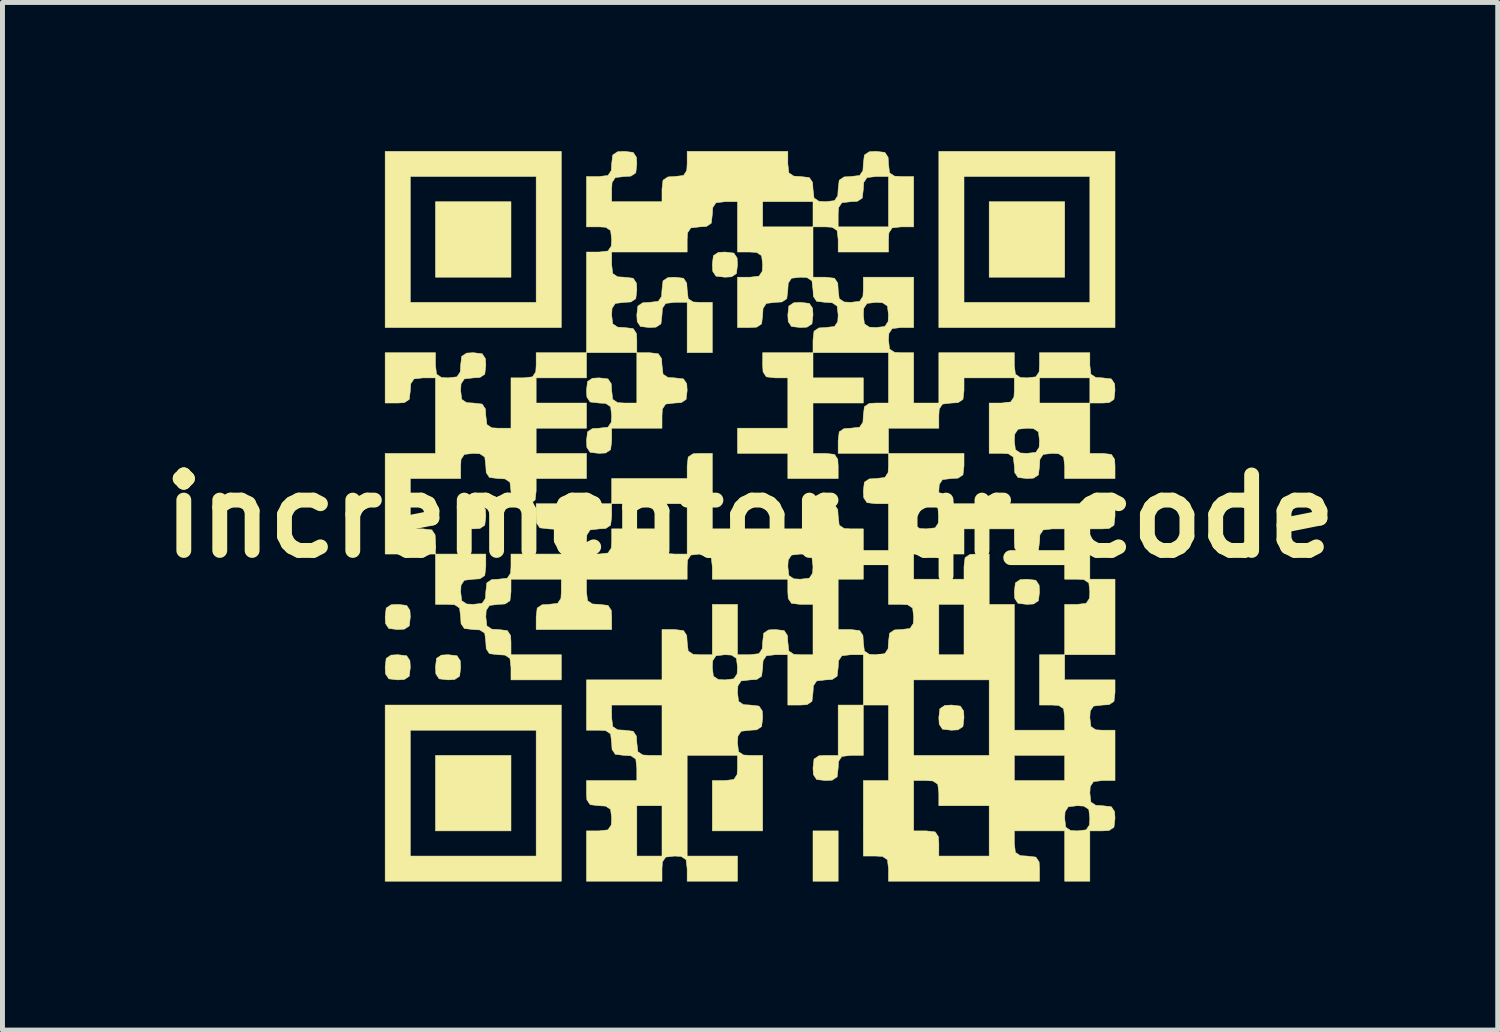
<source format=kicad_pcb>
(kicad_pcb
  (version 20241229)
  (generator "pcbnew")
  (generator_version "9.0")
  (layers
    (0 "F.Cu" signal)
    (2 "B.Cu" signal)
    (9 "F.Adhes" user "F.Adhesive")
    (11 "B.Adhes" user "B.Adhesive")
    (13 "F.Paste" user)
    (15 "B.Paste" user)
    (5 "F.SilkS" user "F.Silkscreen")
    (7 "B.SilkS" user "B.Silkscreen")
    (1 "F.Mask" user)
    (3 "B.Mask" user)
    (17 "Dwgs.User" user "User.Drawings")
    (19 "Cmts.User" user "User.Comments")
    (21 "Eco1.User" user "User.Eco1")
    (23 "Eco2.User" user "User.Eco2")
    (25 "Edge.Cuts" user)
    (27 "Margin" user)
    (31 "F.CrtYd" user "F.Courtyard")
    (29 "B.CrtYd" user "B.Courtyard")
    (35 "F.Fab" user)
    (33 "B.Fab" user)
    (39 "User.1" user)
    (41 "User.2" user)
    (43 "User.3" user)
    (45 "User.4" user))
  (footprint "incrementor_qr_code"
    (layer "F.Cu")
    (at 12.09 7.371)
    (property "Reference" "incrementor_qr_code" (at 0 0 0) (layer "F.SilkS") (effects (font (size 1.524 1.524) (thickness 0.3))))
    (attr through_hole)
    (fp_poly (pts (xy -4.826 -4.826) (xy -6.35 -4.826) (xy -6.35 -6.35) (xy -4.826 -6.35) (xy -4.826 -4.826)) (stroke (width 0.01) (type solid)) (fill yes) (layer "F.SilkS"))
    (fp_poly (pts (xy -4.826 6.35) (xy -6.35 6.35) (xy -6.35 4.826) (xy -4.826 4.826) (xy -4.826 6.35)) (stroke (width 0.01) (type solid)) (fill yes) (layer "F.SilkS"))
    (fp_poly (pts (xy 1.778 7.366) (xy 1.27 7.366) (xy 1.27 6.35) (xy 1.778 6.35) (xy 1.778 7.366)) (stroke (width 0.01) (type solid)) (fill yes) (layer "F.SilkS"))
    (fp_poly (pts (xy 6.35 -4.826) (xy 4.826 -4.826) (xy 4.826 -6.35) (xy 6.35 -6.35) (xy 6.35 -4.826)) (stroke (width 0.01) (type solid)) (fill yes) (layer "F.SilkS"))
    (fp_poly (pts (xy -3.81 -3.81) (xy -7.366 -3.81) (xy -7.366 -6.858) (xy -6.858 -6.858) (xy -6.858 -4.318) (xy -4.318 -4.318) (xy -4.318 -6.858) (xy -6.858 -6.858) (xy -7.366 -6.858) (xy -7.366 -7.366) (xy -3.81 -7.366) (xy -3.81 -3.81)) (stroke (width 0.01) (type solid)) (fill yes) (layer "F.SilkS"))
    (fp_poly (pts (xy -3.81 7.366) (xy -7.366 7.366) (xy -7.366 4.318) (xy -6.858 4.318) (xy -6.858 6.858) (xy -4.318 6.858) (xy -4.318 4.318) (xy -6.858 4.318) (xy -7.366 4.318) (xy -7.366 3.81) (xy -3.81 3.81) (xy -3.81 7.366)) (stroke (width 0.01) (type solid)) (fill yes) (layer "F.SilkS"))
    (fp_poly (pts (xy 7.366 -3.81) (xy 3.81 -3.81) (xy 3.81 -6.858) (xy 4.318 -6.858) (xy 4.318 -4.318) (xy 6.858 -4.318) (xy 6.858 -6.858) (xy 4.318 -6.858) (xy 3.81 -6.858) (xy 3.81 -7.366) (xy 7.366 -7.366) (xy 7.366 -3.81)) (stroke (width 0.01) (type solid)) (fill yes) (layer "F.SilkS"))
    (fp_poly (pts (xy -6.932 1.799) (xy -6.866 1.898) (xy -6.858 2.032) (xy -6.879 2.212) (xy -6.978 2.278) (xy -7.112 2.286) (xy -7.292 2.265) (xy -7.358 2.166) (xy -7.366 2.032) (xy -7.345 1.852) (xy -7.246 1.786) (xy -7.112 1.778) (xy -6.932 1.799)) (stroke (width 0.01) (type solid)) (fill yes) (layer "F.SilkS"))
    (fp_poly (pts (xy -6.932 2.815) (xy -6.866 2.914) (xy -6.858 3.048) (xy -6.879 3.228) (xy -6.978 3.294) (xy -7.112 3.302) (xy -7.292 3.281) (xy -7.358 3.182) (xy -7.366 3.048) (xy -7.345 2.868) (xy -7.246 2.802) (xy -7.112 2.794) (xy -6.932 2.815)) (stroke (width 0.01) (type solid)) (fill yes) (layer "F.SilkS"))
    (fp_poly (pts (xy -5.916 2.815) (xy -5.85 2.914) (xy -5.842 3.048) (xy -5.863 3.228) (xy -5.962 3.294) (xy -6.096 3.302) (xy -6.276 3.281) (xy -6.342 3.182) (xy -6.35 3.048) (xy -6.329 2.868) (xy -6.23 2.802) (xy -6.096 2.794) (xy -5.916 2.815)) (stroke (width 0.01) (type solid)) (fill yes) (layer "F.SilkS"))
    (fp_poly (pts (xy -5.408 -0.233) (xy -5.342 -0.134) (xy -5.334 0) (xy -5.355 0.18) (xy -5.454 0.246) (xy -5.588 0.254) (xy -5.768 0.233) (xy -5.834 0.134) (xy -5.842 0) (xy -5.821 -0.18) (xy -5.722 -0.246) (xy -5.588 -0.254) (xy -5.408 -0.233)) (stroke (width 0.01) (type solid)) (fill yes) (layer "F.SilkS"))
    (fp_poly (pts (xy -0.328 -5.313) (xy -0.262 -5.214) (xy -0.254 -5.08) (xy -0.275 -4.9) (xy -0.374 -4.834) (xy -0.508 -4.826) (xy -0.688 -4.847) (xy -0.754 -4.946) (xy -0.762 -5.08) (xy -0.741 -5.26) (xy -0.642 -5.326) (xy -0.508 -5.334) (xy -0.328 -5.313)) (stroke (width 0.01) (type solid)) (fill yes) (layer "F.SilkS"))
    (fp_poly (pts (xy 1.196 -4.297) (xy 1.262 -4.198) (xy 1.27 -4.064) (xy 1.249 -3.884) (xy 1.15 -3.818) (xy 1.016 -3.81) (xy 0.836 -3.831) (xy 0.77 -3.93) (xy 0.762 -4.064) (xy 0.783 -4.244) (xy 0.882 -4.31) (xy 1.016 -4.318) (xy 1.196 -4.297)) (stroke (width 0.01) (type solid)) (fill yes) (layer "F.SilkS"))
    (fp_poly (pts (xy 4.244 3.831) (xy 4.31 3.93) (xy 4.318 4.064) (xy 4.297 4.244) (xy 4.198 4.31) (xy 4.064 4.318) (xy 3.884 4.297) (xy 3.818 4.198) (xy 3.81 4.064) (xy 3.831 3.884) (xy 3.93 3.818) (xy 4.064 3.81) (xy 4.244 3.831)) (stroke (width 0.01) (type solid)) (fill yes) (layer "F.SilkS"))
    (fp_poly (pts (xy 5.768 1.291) (xy 5.834 1.39) (xy 5.842 1.524) (xy 5.821 1.704) (xy 5.722 1.77) (xy 5.588 1.778) (xy 5.408 1.757) (xy 5.342 1.658) (xy 5.334 1.524) (xy 5.355 1.344) (xy 5.454 1.278) (xy 5.588 1.27) (xy 5.768 1.291)) (stroke (width 0.01) (type solid)) (fill yes) (layer "F.SilkS"))
    (fp_poly (pts (xy 2.286 4.826) (xy 2.032 4.826) (xy 1.852 4.847) (xy 1.786 4.946) (xy 1.778 5.08) (xy 1.757 5.26) (xy 1.658 5.326) (xy 1.524 5.334) (xy 1.344 5.313) (xy 1.278 5.214) (xy 1.27 5.08) (xy 1.291 4.9) (xy 1.39 4.834) (xy 1.524 4.826) (xy 1.778 4.826) (xy 1.778 3.81) (xy 2.286 3.81) (xy 2.286 4.826)) (stroke (width 0.01) (type solid)) (fill yes) (layer "F.SilkS"))
    (fp_poly (pts (xy 1.27 -2.794) (xy 2.286 -2.794) (xy 2.286 -2.286) (xy 1.27 -2.286) (xy 1.27 -1.27) (xy 1.524 -1.27) (xy 1.704 -1.249) (xy 1.77 -1.15) (xy 1.778 -1.016) (xy 1.778 -0.762) (xy 0.762 -0.762) (xy 0.762 -1.27) (xy -0.254 -1.27) (xy -0.254 -1.778) (xy 0.762 -1.778) (xy 0.762 -2.794) (xy 0.508 -2.794) (xy 0.328 -2.815) (xy 0.262 -2.914) (xy 0.254 -3.048) (xy 0.254 -3.302) (xy 1.27 -3.302) (xy 1.27 -2.794)) (stroke (width 0.01) (type solid)) (fill yes) (layer "F.SilkS"))
    (fp_poly (pts (xy -1.344 -4.805) (xy -1.278 -4.706) (xy -1.27 -4.572) (xy -1.249 -4.392) (xy -1.15 -4.326) (xy -1.016 -4.318) (xy -0.762 -4.318) (xy -0.762 -3.302) (xy -1.27 -3.302) (xy -1.27 -4.318) (xy -1.524 -4.318) (xy -1.704 -4.297) (xy -1.77 -4.198) (xy -1.778 -4.064) (xy -1.799 -3.884) (xy -1.898 -3.818) (xy -2.032 -3.81) (xy -2.212 -3.831) (xy -2.278 -3.93) (xy -2.286 -4.064) (xy -2.265 -4.244) (xy -2.166 -4.31) (xy -2.032 -4.318) (xy -1.852 -4.339) (xy -1.786 -4.438) (xy -1.778 -4.572) (xy -1.757 -4.752) (xy -1.658 -4.818) (xy -1.524 -4.826) (xy -1.344 -4.805)) (stroke (width 0.01) (type solid)) (fill yes) (layer "F.SilkS"))
    (fp_poly (pts (xy -1.852 -3.281) (xy -1.786 -3.182) (xy -1.778 -3.048) (xy -1.757 -2.868) (xy -1.658 -2.802) (xy -1.524 -2.794) (xy -1.344 -2.773) (xy -1.278 -2.674) (xy -1.27 -2.54) (xy -1.291 -2.36) (xy -1.39 -2.294) (xy -1.524 -2.286) (xy -1.704 -2.265) (xy -1.77 -2.166) (xy -1.778 -2.032) (xy -1.778 -1.778) (xy -2.794 -1.778) (xy -2.794 -1.524) (xy -2.815 -1.344) (xy -2.914 -1.278) (xy -3.048 -1.27) (xy -3.228 -1.291) (xy -3.294 -1.39) (xy -3.302 -1.524) (xy -3.281 -1.704) (xy -3.182 -1.77) (xy -3.048 -1.778) (xy -2.868 -1.799) (xy -2.802 -1.898) (xy -2.794 -2.032) (xy -2.815 -2.212) (xy -2.914 -2.278) (xy -3.048 -2.286) (xy -3.228 -2.307) (xy -3.294 -2.406) (xy -3.302 -2.54) (xy -3.281 -2.72) (xy -3.182 -2.786) (xy -3.048 -2.794) (xy -2.868 -2.773) (xy -2.802 -2.674) (xy -2.794 -2.54) (xy -2.773 -2.36) (xy -2.674 -2.294) (xy -2.54 -2.286) (xy -2.286 -2.286) (xy -2.286 -3.302) (xy -2.032 -3.302) (xy -1.852 -3.281)) (stroke (width 0.01) (type solid)) (fill yes) (layer "F.SilkS"))
    (fp_poly (pts (xy 2.286 2.794) (xy 2.032 2.794) (xy 1.852 2.815) (xy 1.786 2.914) (xy 1.778 3.048) (xy 1.757 3.228) (xy 1.658 3.294) (xy 1.524 3.302) (xy 1.344 3.323) (xy 1.278 3.422) (xy 1.27 3.556) (xy 1.249 3.736) (xy 1.15 3.802) (xy 1.016 3.81) (xy 0.762 3.81) (xy 0.762 2.794) (xy 0.508 2.794) (xy 0.328 2.815) (xy 0.262 2.914) (xy 0.254 3.048) (xy 0.233 3.228) (xy 0.134 3.294) (xy 0 3.302) (xy -0.18 3.323) (xy -0.246 3.422) (xy -0.254 3.556) (xy -0.233 3.736) (xy -0.134 3.802) (xy 0 3.81) (xy 0.18 3.831) (xy 0.246 3.93) (xy 0.254 4.064) (xy 0.233 4.244) (xy 0.134 4.31) (xy 0 4.318) (xy -0.18 4.339) (xy -0.246 4.438) (xy -0.254 4.572) (xy -0.233 4.752) (xy -0.134 4.818) (xy 0 4.826) (xy 0.254 4.826) (xy 0.254 6.35) (xy -0.762 6.35) (xy -0.762 5.334) (xy -0.508 5.334) (xy -0.328 5.313) (xy -0.262 5.214) (xy -0.254 5.08) (xy -0.254 4.826) (xy -1.27 4.826) (xy -1.27 6.858) (xy -0.254 6.858) (xy -0.254 7.366) (xy -1.27 7.366) (xy -1.27 7.112) (xy -1.291 6.932) (xy -1.39 6.866) (xy -1.524 6.858) (xy -1.704 6.879) (xy -1.77 6.978) (xy -1.778 7.112) (xy -1.778 7.366) (xy -3.302 7.366) (xy -3.302 6.35) (xy -3.048 6.35) (xy -2.868 6.329) (xy -2.802 6.23) (xy -2.794 6.096) (xy -2.815 5.916) (xy -2.914 5.85) (xy -3.048 5.842) (xy -2.286 5.842) (xy -2.286 6.858) (xy -1.778 6.858) (xy -1.778 5.842) (xy -2.286 5.842) (xy -3.048 5.842) (xy -3.228 5.821) (xy -3.294 5.722) (xy -3.302 5.588) (xy -3.302 5.334) (xy -2.286 5.334) (xy -2.286 5.08) (xy -2.307 4.9) (xy -2.406 4.834) (xy -2.54 4.826) (xy -2.72 4.805) (xy -2.786 4.706) (xy -2.794 4.572) (xy -2.815 4.392) (xy -2.914 4.326) (xy -3.048 4.318) (xy -3.302 4.318) (xy -3.302 3.81) (xy -2.794 3.81) (xy -2.794 4.064) (xy -2.773 4.244) (xy -2.674 4.31) (xy -2.54 4.318) (xy -2.36 4.339) (xy -2.294 4.438) (xy -2.286 4.572) (xy -2.265 4.752) (xy -2.166 4.818) (xy -2.032 4.826) (xy -1.778 4.826) (xy -1.778 3.81) (xy -2.794 3.81) (xy -3.302 3.81) (xy -3.302 3.302) (xy -1.778 3.302) (xy -1.778 3.048) (xy -0.762 3.048) (xy -0.741 3.228) (xy -0.642 3.294) (xy -0.508 3.302) (xy -0.328 3.281) (xy -0.262 3.182) (xy -0.254 3.048) (xy -0.275 2.868) (xy -0.374 2.802) (xy -0.508 2.794) (xy -0.688 2.815) (xy -0.754 2.914) (xy -0.762 3.048) (xy -1.778 3.048) (xy -1.778 2.286) (xy -1.524 2.286) (xy -1.344 2.307) (xy -1.278 2.406) (xy -1.27 2.54) (xy -1.249 2.72) (xy -1.15 2.786) (xy -1.016 2.794) (xy -0.762 2.794) (xy -0.762 1.778) (xy -0.254 1.778) (xy -0.254 2.794) (xy 0 2.794) (xy 0.18 2.773) (xy 0.246 2.674) (xy 0.254 2.54) (xy 0.275 2.36) (xy 0.374 2.294) (xy 0.508 2.286) (xy 0.688 2.307) (xy 0.754 2.406) (xy 0.762 2.54) (xy 0.783 2.72) (xy 0.882 2.786) (xy 1.016 2.794) (xy 1.27 2.794) (xy 1.27 1.778) (xy 1.016 1.778) (xy 0.836 1.757) (xy 0.77 1.658) (xy 0.762 1.524) (xy 0.762 1.27) (xy -0.762 1.27) (xy -0.762 1.016) (xy 0.762 1.016) (xy 0.783 1.196) (xy 0.882 1.262) (xy 1.016 1.27) (xy 1.196 1.249) (xy 1.262 1.15) (xy 1.27 1.016) (xy 1.249 0.836) (xy 1.15 0.77) (xy 1.016 0.762) (xy 0.836 0.783) (xy 0.77 0.882) (xy 0.762 1.016) (xy -0.762 1.016) (xy -0.783 0.836) (xy -0.882 0.77) (xy -1.016 0.762) (xy -1.196 0.783) (xy -1.262 0.882) (xy -1.27 1.016) (xy -1.27 1.27) (xy -3.302 1.27) (xy -3.302 1.524) (xy -3.281 1.704) (xy -3.182 1.77) (xy -3.048 1.778) (xy -2.868 1.799) (xy -2.802 1.898) (xy -2.794 2.032) (xy -2.794 2.286) (xy -4.318 2.286) (xy -4.318 2.032) (xy -4.297 1.852) (xy -4.198 1.786) (xy -4.064 1.778) (xy -3.884 1.757) (xy -3.818 1.658) (xy -3.81 1.524) (xy -3.81 1.27) (xy -4.826 1.27) (xy -4.826 1.524) (xy -4.847 1.704) (xy -4.946 1.77) (xy -5.08 1.778) (xy -5.26 1.799) (xy -5.326 1.898) (xy -5.334 2.032) (xy -5.313 2.212) (xy -5.214 2.278) (xy -5.08 2.286) (xy -4.9 2.307) (xy -4.834 2.406) (xy -4.826 2.54) (xy -4.826 2.794) (xy -3.81 2.794) (xy -3.81 3.302) (xy -4.826 3.302) (xy -4.826 3.048) (xy -4.847 2.868) (xy -4.946 2.802) (xy -5.08 2.794) (xy -5.26 2.773) (xy -5.326 2.674) (xy -5.334 2.54) (xy -5.355 2.36) (xy -5.454 2.294) (xy -5.588 2.286) (xy -5.768 2.265) (xy -5.834 2.166) (xy -5.842 2.032) (xy -5.863 1.852) (xy -5.962 1.786) (xy -6.096 1.778) (xy -6.35 1.778) (xy -6.35 0.762) (xy -7.366 0.762) (xy -7.366 -0.762) (xy -6.858 -0.762) (xy -6.858 0.254) (xy -6.604 0.254) (xy -6.424 0.275) (xy -6.358 0.374) (xy -6.35 0.508) (xy -6.35 0.762) (xy -5.334 0.762) (xy -5.334 1.016) (xy -5.355 1.196) (xy -5.454 1.262) (xy -5.588 1.27) (xy -5.768 1.291) (xy -5.834 1.39) (xy -5.842 1.524) (xy -5.821 1.704) (xy -5.722 1.77) (xy -5.588 1.778) (xy -5.408 1.757) (xy -5.342 1.658) (xy -5.334 1.524) (xy -5.313 1.344) (xy -5.214 1.278) (xy -5.08 1.27) (xy -4.9 1.249) (xy -4.834 1.15) (xy -4.826 1.016) (xy -4.826 0.762) (xy -3.81 0.762) (xy -3.81 0.508) (xy -3.302 0.508) (xy -3.281 0.688) (xy -3.182 0.754) (xy -3.048 0.762) (xy -2.868 0.741) (xy -2.802 0.642) (xy -2.794 0.508) (xy -2.794 0.254) (xy -1.778 0.254) (xy -1.778 0.508) (xy -1.757 0.688) (xy -1.658 0.754) (xy -1.524 0.762) (xy -1.27 0.762) (xy -1.27 -0.254) (xy -2.794 -0.254) (xy -2.794 0) (xy -2.815 0.18) (xy -2.914 0.246) (xy -3.048 0.254) (xy -3.228 0.275) (xy -3.294 0.374) (xy -3.302 0.508) (xy -3.81 0.508) (xy -3.831 0.328) (xy -3.93 0.262) (xy -4.064 0.254) (xy -4.244 0.233) (xy -4.31 0.134) (xy -4.318 0) (xy -4.318 -0.254) (xy -2.794 -0.254) (xy -2.794 -0.762) (xy -1.27 -0.762) (xy -1.27 -1.016) (xy -1.249 -1.196) (xy -1.15 -1.262) (xy -1.016 -1.27) (xy -0.762 -1.27) (xy -0.762 0.254) (xy 1.27 0.254) (xy 1.27 0) (xy 1.291 -0.18) (xy 1.39 -0.246) (xy 1.524 -0.254) (xy 1.704 -0.233) (xy 1.77 -0.134) (xy 1.778 0) (xy 1.799 0.18) (xy 1.898 0.246) (xy 2.032 0.254) (xy 2.286 0.254) (xy 2.286 1.27) (xy 1.778 1.27) (xy 1.778 2.286) (xy 2.032 2.286) (xy 2.212 2.307) (xy 2.278 2.406) (xy 2.286 2.54) (xy 2.307 2.72) (xy 2.406 2.786) (xy 2.54 2.794) (xy 2.72 2.773) (xy 2.786 2.674) (xy 2.794 2.54) (xy 2.815 2.36) (xy 2.914 2.294) (xy 3.048 2.286) (xy 3.228 2.265) (xy 3.294 2.166) (xy 3.302 2.032) (xy 3.281 1.852) (xy 3.182 1.786) (xy 3.048 1.778) (xy 3.81 1.778) (xy 3.81 2.794) (xy 4.318 2.794) (xy 4.318 1.778) (xy 3.81 1.778) (xy 3.048 1.778) (xy 2.794 1.778) (xy 2.794 0.762) (xy 3.302 0.762) (xy 3.302 1.27) (xy 4.318 1.27) (xy 4.318 1.016) (xy 4.339 0.836) (xy 4.438 0.77) (xy 4.572 0.762) (xy 4.826 0.762) (xy 4.826 1.778) (xy 5.334 1.778) (xy 5.334 4.318) (xy 6.35 4.318) (xy 6.35 4.064) (xy 6.329 3.884) (xy 6.23 3.818) (xy 6.096 3.81) (xy 5.842 3.81) (xy 5.842 2.794) (xy 6.35 2.794) (xy 6.35 1.778) (xy 6.604 1.778) (xy 6.784 1.757) (xy 6.85 1.658) (xy 6.858 1.524) (xy 6.837 1.344) (xy 6.738 1.278) (xy 6.604 1.27) (xy 6.35 1.27) (xy 6.35 0.254) (xy 6.096 0.254) (xy 5.916 0.275) (xy 5.85 0.374) (xy 5.842 0.508) (xy 5.821 0.688) (xy 5.722 0.754) (xy 5.588 0.762) (xy 5.408 0.741) (xy 5.342 0.642) (xy 5.334 0.508) (xy 5.334 0.254) (xy 4.318 0.254) (xy 4.318 0.762) (xy 3.302 0.762) (xy 2.794 0.762) (xy 2.794 0) (xy 3.302 0) (xy 3.323 0.18) (xy 3.422 0.246) (xy 3.556 0.254) (xy 3.736 0.233) (xy 3.802 0.134) (xy 3.81 0) (xy 3.789 -0.18) (xy 3.69 -0.246) (xy 3.556 -0.254) (xy 3.376 -0.233) (xy 3.31 -0.134) (xy 3.302 0) (xy 2.794 0) (xy 2.794 -0.254) (xy 2.54 -0.254) (xy 2.36 -0.275) (xy 2.294 -0.374) (xy 2.286 -0.508) (xy 2.307 -0.688) (xy 2.406 -0.754) (xy 2.54 -0.762) (xy 2.72 -0.783) (xy 2.786 -0.882) (xy 2.794 -1.016) (xy 2.794 -1.27) (xy 1.778 -1.27) (xy 1.778 -1.524) (xy 1.799 -1.704) (xy 1.898 -1.77) (xy 2.032 -1.778) (xy 2.212 -1.799) (xy 2.278 -1.898) (xy 2.286 -2.032) (xy 2.307 -2.212) (xy 2.406 -2.278) (xy 2.54 -2.286) (xy 2.794 -2.286) (xy 2.794 -3.302) (xy 1.27 -3.302) (xy 1.27 -3.556) (xy 1.291 -3.736) (xy 1.39 -3.802) (xy 1.524 -3.81) (xy 1.704 -3.831) (xy 1.77 -3.93) (xy 1.778 -4.064) (xy 2.286 -4.064) (xy 2.307 -3.884) (xy 2.406 -3.818) (xy 2.54 -3.81) (xy 2.72 -3.831) (xy 2.786 -3.93) (xy 2.794 -4.064) (xy 2.773 -4.244) (xy 2.674 -4.31) (xy 2.54 -4.318) (xy 2.36 -4.297) (xy 2.294 -4.198) (xy 2.286 -4.064) (xy 1.778 -4.064) (xy 1.757 -4.244) (xy 1.658 -4.31) (xy 1.524 -4.318) (xy 1.344 -4.339) (xy 1.278 -4.438) (xy 1.27 -4.572) (xy 1.249 -4.752) (xy 1.15 -4.818) (xy 1.016 -4.826) (xy 0.836 -4.805) (xy 0.77 -4.706) (xy 0.762 -4.572) (xy 0.741 -4.392) (xy 0.642 -4.326) (xy 0.508 -4.318) (xy 0.328 -4.297) (xy 0.262 -4.198) (xy 0.254 -4.064) (xy 0.233 -3.884) (xy 0.134 -3.818) (xy 0 -3.81) (xy -0.254 -3.81) (xy -0.254 -4.826) (xy 0 -4.826) (xy 0.18 -4.847) (xy 0.246 -4.946) (xy 0.254 -5.08) (xy 0.233 -5.26) (xy 0.134 -5.326) (xy 0 -5.334) (xy -0.254 -5.334) (xy -0.254 -6.35) (xy 0.254 -6.35) (xy 0.254 -5.842) (xy 1.27 -5.842) (xy 1.27 -6.096) (xy 1.778 -6.096) (xy 1.778 -5.842) (xy 2.794 -5.842) (xy 2.794 -6.858) (xy 2.54 -6.858) (xy 2.36 -6.837) (xy 2.294 -6.738) (xy 2.286 -6.604) (xy 2.265 -6.424) (xy 2.166 -6.358) (xy 2.032 -6.35) (xy 1.852 -6.329) (xy 1.786 -6.23) (xy 1.778 -6.096) (xy 1.27 -6.096) (xy 1.27 -6.35) (xy 0.254 -6.35) (xy -0.254 -6.35) (xy -0.508 -6.35) (xy -0.688 -6.329) (xy -0.754 -6.23) (xy -0.762 -6.096) (xy -0.783 -5.916) (xy -0.882 -5.85) (xy -1.016 -5.842) (xy -1.196 -5.821) (xy -1.262 -5.722) (xy -1.27 -5.588) (xy -1.27 -5.334) (xy -2.794 -5.334) (xy -2.794 -5.08) (xy -2.773 -4.9) (xy -2.674 -4.834) (xy -2.54 -4.826) (xy -2.36 -4.805) (xy -2.294 -4.706) (xy -2.286 -4.572) (xy -2.307 -4.392) (xy -2.406 -4.326) (xy -2.54 -4.318) (xy -2.72 -4.297) (xy -2.786 -4.198) (xy -2.794 -4.064) (xy -2.773 -3.884) (xy -2.674 -3.818) (xy -2.54 -3.81) (xy -2.36 -3.789) (xy -2.294 -3.69) (xy -2.286 -3.556) (xy -2.286 -3.302) (xy -3.302 -3.302) (xy -3.302 -2.794) (xy -4.318 -2.794) (xy -4.318 -2.286) (xy -3.302 -2.286) (xy -3.302 -1.778) (xy -4.318 -1.778) (xy -4.318 -1.27) (xy -3.302 -1.27) (xy -3.302 -0.762) (xy -4.318 -0.762) (xy -4.318 -0.508) (xy -4.339 -0.328) (xy -4.438 -0.262) (xy -4.572 -0.254) (xy -4.752 -0.275) (xy -4.818 -0.374) (xy -4.826 -0.508) (xy -4.847 -0.688) (xy -4.946 -0.754) (xy -5.08 -0.762) (xy -5.26 -0.783) (xy -5.326 -0.882) (xy -5.334 -1.016) (xy -5.355 -1.196) (xy -5.454 -1.262) (xy -5.588 -1.27) (xy -5.768 -1.249) (xy -5.834 -1.15) (xy -5.842 -1.016) (xy -5.842 -0.762) (xy -6.858 -0.762) (xy -7.366 -0.762) (xy -7.366 -1.27) (xy -6.35 -1.27) (xy -6.35 -2.794) (xy -6.604 -2.794) (xy -6.784 -2.773) (xy -6.85 -2.674) (xy -6.858 -2.54) (xy -6.879 -2.36) (xy -6.978 -2.294) (xy -7.112 -2.286) (xy -7.366 -2.286) (xy -7.366 -3.302) (xy -6.35 -3.302) (xy -6.35 -3.048) (xy -6.329 -2.868) (xy -6.23 -2.802) (xy -6.096 -2.794) (xy -5.916 -2.815) (xy -5.85 -2.914) (xy -5.842 -3.048) (xy -5.821 -3.228) (xy -5.722 -3.294) (xy -5.588 -3.302) (xy -5.408 -3.281) (xy -5.342 -3.182) (xy -5.334 -3.048) (xy -5.355 -2.868) (xy -5.454 -2.802) (xy -5.588 -2.794) (xy -5.768 -2.773) (xy -5.834 -2.674) (xy -5.842 -2.54) (xy -5.821 -2.36) (xy -5.722 -2.294) (xy -5.588 -2.286) (xy -5.408 -2.265) (xy -5.342 -2.166) (xy -5.334 -2.032) (xy -5.313 -1.852) (xy -5.214 -1.786) (xy -5.08 -1.778) (xy -4.826 -1.778) (xy -4.826 -2.794) (xy -4.572 -2.794) (xy -4.392 -2.815) (xy -4.326 -2.914) (xy -4.318 -3.048) (xy -4.318 -3.302) (xy -3.302 -3.302) (xy -3.302 -5.334) (xy -3.048 -5.334) (xy -2.868 -5.355) (xy -2.802 -5.454) (xy -2.794 -5.588) (xy -2.815 -5.768) (xy -2.914 -5.834) (xy -3.048 -5.842) (xy -3.302 -5.842) (xy -3.302 -6.858) (xy -3.048 -6.858) (xy -2.868 -6.879) (xy -2.802 -6.978) (xy -2.794 -7.112) (xy -2.773 -7.292) (xy -2.674 -7.358) (xy -2.54 -7.366) (xy -2.36 -7.345) (xy -2.294 -7.246) (xy -2.286 -7.112) (xy -2.307 -6.932) (xy -2.406 -6.866) (xy -2.54 -6.858) (xy -2.72 -6.837) (xy -2.786 -6.738) (xy -2.794 -6.604) (xy -2.794 -6.35) (xy -1.778 -6.35) (xy -1.778 -6.604) (xy -1.757 -6.784) (xy -1.658 -6.85) (xy -1.524 -6.858) (xy -1.344 -6.879) (xy -1.278 -6.978) (xy -1.27 -7.112) (xy -1.27 -7.366) (xy 0.762 -7.366) (xy 0.762 -7.112) (xy 0.783 -6.932) (xy 0.882 -6.866) (xy 1.016 -6.858) (xy 1.196 -6.837) (xy 1.262 -6.738) (xy 1.27 -6.604) (xy 1.291 -6.424) (xy 1.39 -6.358) (xy 1.524 -6.35) (xy 1.704 -6.371) (xy 1.77 -6.47) (xy 1.778 -6.604) (xy 1.799 -6.784) (xy 1.898 -6.85) (xy 2.032 -6.858) (xy 2.212 -6.879) (xy 2.278 -6.978) (xy 2.286 -7.112) (xy 2.307 -7.292) (xy 2.406 -7.358) (xy 2.54 -7.366) (xy 2.72 -7.345) (xy 2.786 -7.246) (xy 2.794 -7.112) (xy 2.815 -6.932) (xy 2.914 -6.866) (xy 3.048 -6.858) (xy 3.302 -6.858) (xy 3.302 -5.842) (xy 3.048 -5.842) (xy 2.868 -5.821) (xy 2.802 -5.722) (xy 2.794 -5.588) (xy 2.794 -5.334) (xy 1.778 -5.334) (xy 1.778 -5.588) (xy 1.757 -5.768) (xy 1.658 -5.834) (xy 1.524 -5.842) (xy 1.27 -5.842) (xy 1.27 -4.826) (xy 1.524 -4.826) (xy 1.704 -4.805) (xy 1.77 -4.706) (xy 1.778 -4.572) (xy 1.799 -4.392) (xy 1.898 -4.326) (xy 2.032 -4.318) (xy 2.212 -4.339) (xy 2.278 -4.438) (xy 2.286 -4.572) (xy 2.286 -4.826) (xy 3.302 -4.826) (xy 3.302 -3.81) (xy 3.048 -3.81) (xy 2.868 -3.789) (xy 2.802 -3.69) (xy 2.794 -3.556) (xy 2.815 -3.376) (xy 2.914 -3.31) (xy 3.048 -3.302) (xy 3.302 -3.302) (xy 3.302 -2.286) (xy 3.81 -2.286) (xy 3.81 -3.302) (xy 5.334 -3.302) (xy 5.334 -3.048) (xy 5.355 -2.868) (xy 5.454 -2.802) (xy 5.588 -2.794) (xy 5.842 -2.794) (xy 5.842 -2.286) (xy 6.858 -2.286) (xy 6.858 -2.794) (xy 5.842 -2.794) (xy 5.588 -2.794) (xy 5.768 -2.815) (xy 5.834 -2.914) (xy 5.842 -3.048) (xy 5.842 -3.302) (xy 6.858 -3.302) (xy 6.858 -3.048) (xy 6.879 -2.868) (xy 6.978 -2.802) (xy 7.112 -2.794) (xy 7.292 -2.773) (xy 7.358 -2.674) (xy 7.366 -2.54) (xy 7.345 -2.36) (xy 7.246 -2.294) (xy 7.112 -2.286) (xy 6.858 -2.286) (xy 6.858 -1.27) (xy 7.112 -1.27) (xy 7.292 -1.249) (xy 7.358 -1.15) (xy 7.366 -1.016) (xy 7.366 -0.762) (xy 6.35 -0.762) (xy 6.35 -1.016) (xy 6.329 -1.196) (xy 6.23 -1.262) (xy 6.096 -1.27) (xy 5.916 -1.249) (xy 5.85 -1.15) (xy 5.842 -1.016) (xy 5.821 -0.836) (xy 5.722 -0.77) (xy 5.588 -0.762) (xy 5.408 -0.783) (xy 5.342 -0.882) (xy 5.334 -1.016) (xy 5.313 -1.196) (xy 5.214 -1.262) (xy 5.08 -1.27) (xy 4.826 -1.27) (xy 4.826 -1.524) (xy 5.334 -1.524) (xy 5.355 -1.344) (xy 5.454 -1.278) (xy 5.588 -1.27) (xy 5.768 -1.291) (xy 5.834 -1.39) (xy 5.842 -1.524) (xy 5.821 -1.704) (xy 5.722 -1.77) (xy 5.588 -1.778) (xy 5.408 -1.757) (xy 5.342 -1.658) (xy 5.334 -1.524) (xy 4.826 -1.524) (xy 4.826 -2.286) (xy 5.08 -2.286) (xy 5.26 -2.307) (xy 5.326 -2.406) (xy 5.334 -2.54) (xy 5.334 -2.794) (xy 4.318 -2.794) (xy 4.318 -2.54) (xy 4.297 -2.36) (xy 4.198 -2.294) (xy 4.064 -2.286) (xy 3.884 -2.265) (xy 3.818 -2.166) (xy 3.81 -2.032) (xy 3.81 -1.778) (xy 2.794 -1.778) (xy 2.794 -1.27) (xy 4.318 -1.27) (xy 4.318 -1.016) (xy 4.297 -0.836) (xy 4.198 -0.77) (xy 4.064 -0.762) (xy 3.884 -0.741) (xy 3.818 -0.642) (xy 3.81 -0.508) (xy 3.81 -0.254) (xy 7.366 -0.254) (xy 7.366 0) (xy 7.345 0.18) (xy 7.246 0.246) (xy 7.112 0.254) (xy 6.858 0.254) (xy 6.858 1.27) (xy 7.366 1.27) (xy 7.366 2.794) (xy 6.35 2.794) (xy 6.35 3.302) (xy 7.366 3.302) (xy 7.366 3.556) (xy 7.345 3.736) (xy 7.246 3.802) (xy 7.112 3.81) (xy 6.932 3.831) (xy 6.866 3.93) (xy 6.858 4.064) (xy 6.879 4.244) (xy 6.978 4.31) (xy 7.112 4.318) (xy 7.366 4.318) (xy 7.366 5.334) (xy 7.112 5.334) (xy 6.932 5.355) (xy 6.866 5.454) (xy 6.858 5.588) (xy 6.879 5.768) (xy 6.978 5.834) (xy 7.112 5.842) (xy 7.292 5.863) (xy 7.358 5.962) (xy 7.366 6.096) (xy 7.345 6.276) (xy 7.246 6.342) (xy 7.112 6.35) (xy 6.858 6.35) (xy 6.858 7.366) (xy 6.35 7.366) (xy 6.35 6.35) (xy 5.334 6.35) (xy 5.334 6.604) (xy 5.355 6.784) (xy 5.454 6.85) (xy 5.588 6.858) (xy 5.768 6.879) (xy 5.834 6.978) (xy 5.842 7.112) (xy 5.842 7.366) (xy 2.794 7.366) (xy 2.794 7.112) (xy 2.773 6.932) (xy 2.674 6.866) (xy 2.54 6.858) (xy 2.286 6.858) (xy 2.286 5.334) (xy 2.794 5.334) (xy 3.302 5.334) (xy 3.302 6.35) (xy 3.556 6.35) (xy 3.736 6.371) (xy 3.802 6.47) (xy 3.81 6.604) (xy 3.81 6.858) (xy 4.826 6.858) (xy 4.826 6.096) (xy 6.35 6.096) (xy 6.371 6.276) (xy 6.47 6.342) (xy 6.604 6.35) (xy 6.784 6.329) (xy 6.85 6.23) (xy 6.858 6.096) (xy 6.837 5.916) (xy 6.738 5.85) (xy 6.604 5.842) (xy 6.424 5.863) (xy 6.358 5.962) (xy 6.35 6.096) (xy 4.826 6.096) (xy 4.826 5.842) (xy 3.81 5.842) (xy 3.81 5.588) (xy 3.789 5.408) (xy 3.69 5.342) (xy 3.556 5.334) (xy 3.302 5.334) (xy 2.794 5.334) (xy 2.794 3.81) (xy 2.286 3.81) (xy 2.286 3.302) (xy 3.302 3.302) (xy 3.302 4.826) (xy 4.826 4.826) (xy 5.334 4.826) (xy 5.334 5.334) (xy 6.35 5.334) (xy 6.35 4.826) (xy 5.334 4.826) (xy 4.826 4.826) (xy 4.826 3.302) (xy 3.302 3.302) (xy 2.286 3.302) (xy 2.286 2.794)) (stroke (width 0.01) (type solid)) (fill yes) (layer "F.SilkS")))
  (gr_rect
    (start -3 -3)
    (end 27.181 17.742)
    (stroke (width 0.1) (type default))
    (fill no)
    (layer "Edge.Cuts")))
</source>
